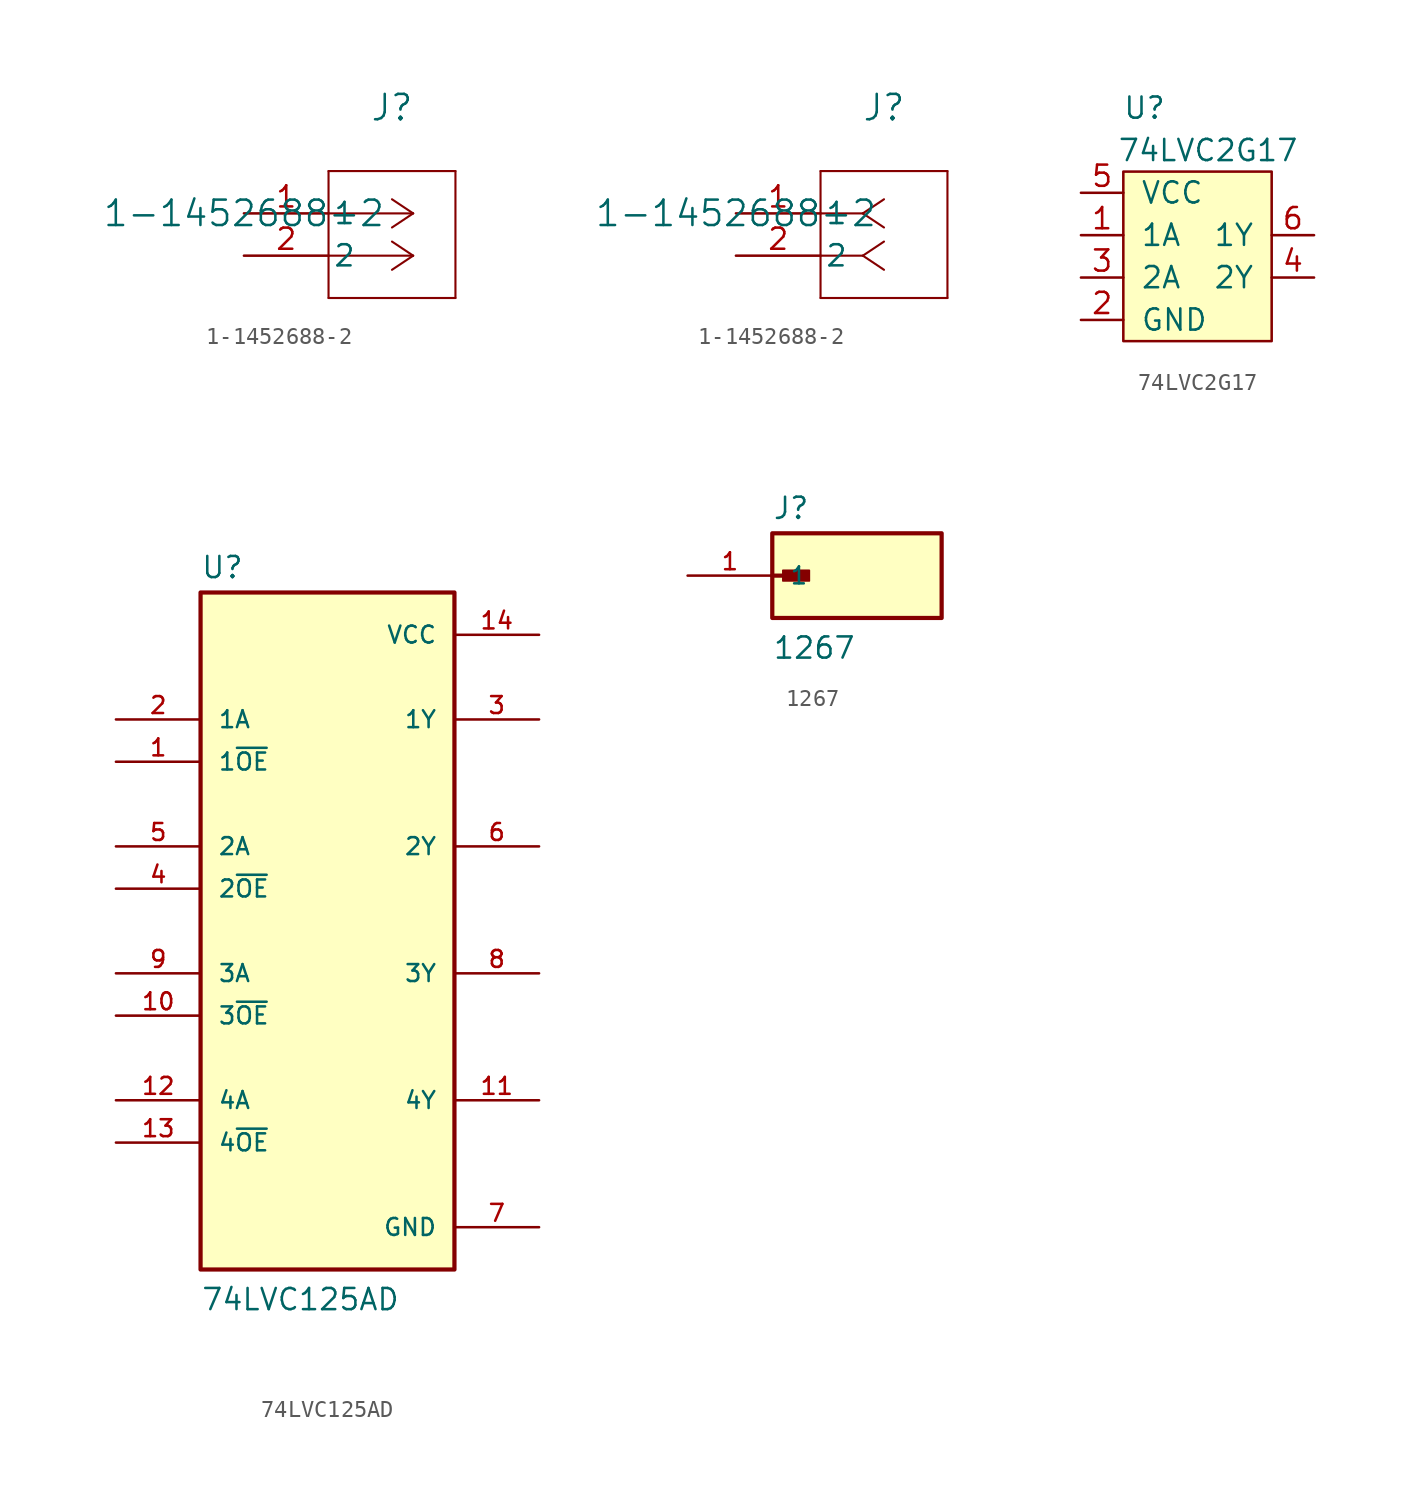
<source format=kicad_sym>
(kicad_symbol_lib
  (version 20231120)
  (generator "kicad_symbol_editor")
  (generator_version "8.0")
  (symbol "1-1452688-2"
    (pin_names
      (offset 0.254))
    (property "Reference" "J"
      (at 8.89 6.35 0)
      (effects (font (size 1.524 1.524))))
    (property "Value" "1-1452688-2"
      (at 0 0 0)
      (effects (font (size 1.524 1.524))))
    (property "ki_locked" ""
      (at 0 0 0)
      (effects (font (size 1.27 1.27))))
    (symbol "1-1452688-2_1_1"
      (polyline (pts (xy 5.08 -5.08) (xy 12.7 -5.08)) (stroke (width 0.127) (type default)) (fill (type none)))
      (polyline (pts (xy 5.08 2.54) (xy 5.08 -5.08)) (stroke (width 0.127) (type default)) (fill (type none)))
      (polyline (pts (xy 10.16 -2.54) (xy 5.08 -2.54)) (stroke (width 0.127) (type default)) (fill (type none)))
      (polyline (pts (xy 10.16 -2.54) (xy 8.89 -3.387)) (stroke (width 0.127) (type default)) (fill (type none)))
      (polyline (pts (xy 10.16 -2.54) (xy 8.89 -1.693)) (stroke (width 0.127) (type default)) (fill (type none)))
      (polyline (pts (xy 10.16 0) (xy 5.08 0)) (stroke (width 0.127) (type default)) (fill (type none)))
      (polyline (pts (xy 10.16 0) (xy 8.89 -0.847)) (stroke (width 0.127) (type default)) (fill (type none)))
      (polyline (pts (xy 10.16 0) (xy 8.89 0.847)) (stroke (width 0.127) (type default)) (fill (type none)))
      (polyline (pts (xy 12.7 -5.08) (xy 12.7 2.54)) (stroke (width 0.127) (type default)) (fill (type none)))
      (polyline (pts (xy 12.7 2.54) (xy 5.08 2.54)) (stroke (width 0.127) (type default)) (fill (type none)))
      (pin unspecified line (at 0 0 0) (length 5.08) (name "1" (effects (font (size 1.27 1.27)))) (number "1" (effects (font (size 1.27 1.27)))))
      (pin unspecified line (at 0 -2.54 0) (length 5.08) (name "2" (effects (font (size 1.27 1.27)))) (number "2" (effects (font (size 1.27 1.27))))))
    (symbol "1-1452688-2_1_2"
      (polyline (pts (xy 5.08 -5.08) (xy 12.7 -5.08)) (stroke (width 0.127) (type default)) (fill (type none)))
      (polyline (pts (xy 5.08 2.54) (xy 5.08 -5.08)) (stroke (width 0.127) (type default)) (fill (type none)))
      (polyline (pts (xy 7.62 -2.54) (xy 5.08 -2.54)) (stroke (width 0.127) (type default)) (fill (type none)))
      (polyline (pts (xy 7.62 -2.54) (xy 8.89 -3.387)) (stroke (width 0.127) (type default)) (fill (type none)))
      (polyline (pts (xy 7.62 -2.54) (xy 8.89 -1.693)) (stroke (width 0.127) (type default)) (fill (type none)))
      (polyline (pts (xy 7.62 0) (xy 5.08 0)) (stroke (width 0.127) (type default)) (fill (type none)))
      (polyline (pts (xy 7.62 0) (xy 8.89 -0.847)) (stroke (width 0.127) (type default)) (fill (type none)))
      (polyline (pts (xy 7.62 0) (xy 8.89 0.847)) (stroke (width 0.127) (type default)) (fill (type none)))
      (polyline (pts (xy 12.7 -5.08) (xy 12.7 2.54)) (stroke (width 0.127) (type default)) (fill (type none)))
      (polyline (pts (xy 12.7 2.54) (xy 5.08 2.54)) (stroke (width 0.127) (type default)) (fill (type none)))
      (pin unspecified line (at 0 0 0) (length 5.08) (name "1" (effects (font (size 1.27 1.27)))) (number "1" (effects (font (size 1.27 1.27)))))
      (pin unspecified line (at 0 -2.54 0) (length 5.08) (name "2" (effects (font (size 1.27 1.27)))) (number "2" (effects (font (size 1.27 1.27)))))))
  (symbol "74LVC2G17"
    (pin_names
      (offset 1.016))
    (property "Reference" "U"
      (at -2.54 8.89 0)
      (effects (font (size 1.27 1.27))))
    (property "Value" "74LVC2G17"
      (at 1.27 6.35 0)
      (effects (font (size 1.27 1.27))))
    (symbol "74LVC2G17_0_1"
      (rectangle (start -3.81 5.08) (end 5.08 -5.08) (stroke (width 0) (type default)) (fill (type background))))
    (symbol "74LVC2G17_1_1"
      (pin input line (at -6.35 1.27 0) (length 2.54) (name "1A" (effects (font (size 1.27 1.27)))) (number "1" (effects (font (size 1.27 1.27)))))
      (pin power_in line (at -6.35 -3.81 0) (length 2.54) (name "GND" (effects (font (size 1.27 1.27)))) (number "2" (effects (font (size 1.27 1.27)))))
      (pin input line (at -6.35 -1.27 0) (length 2.54) (name "2A" (effects (font (size 1.27 1.27)))) (number "3" (effects (font (size 1.27 1.27)))))
      (pin output line (at 7.62 -1.27 180) (length 2.54) (name "2Y" (effects (font (size 1.27 1.27)))) (number "4" (effects (font (size 1.27 1.27)))))
      (pin power_in line (at -6.35 3.81 0) (length 2.54) (name "VCC" (effects (font (size 1.27 1.27)))) (number "5" (effects (font (size 1.27 1.27)))))
      (pin output line (at 7.62 1.27 180) (length 2.54) (name "1Y" (effects (font (size 1.27 1.27)))) (number "6" (effects (font (size 1.27 1.27)))))))
  (symbol "74LVC125AD"
    (pin_names
      (offset 1.016))
    (property "Reference" "U"
      (at -7.62 21.082 0)
      (effects (font (size 1.27 1.27)) (justify left bottom)))
    (property "Value" "74LVC125AD"
      (at -7.62 -22.86 0)
      (effects (font (size 1.27 1.27)) (justify left bottom)))
    (symbol "74LVC125AD_0_0"
      (rectangle (start -7.62 -20.32) (end 7.62 20.32) (stroke (width 0.254) (type default)) (fill (type background)))
      (pin input line (at -12.7 10.16 0) (length 5.08) (name "1~{OE}" (effects (font (size 1.016 1.016)))) (number "1" (effects (font (size 1.016 1.016)))))
      (pin input line (at -12.7 -5.08 0) (length 5.08) (name "3~{OE}" (effects (font (size 1.016 1.016)))) (number "10" (effects (font (size 1.016 1.016)))))
      (pin output line (at 12.7 -10.16 180) (length 5.08) (name "4Y" (effects (font (size 1.016 1.016)))) (number "11" (effects (font (size 1.016 1.016)))))
      (pin input line (at -12.7 -10.16 0) (length 5.08) (name "4A" (effects (font (size 1.016 1.016)))) (number "12" (effects (font (size 1.016 1.016)))))
      (pin input line (at -12.7 -12.7 0) (length 5.08) (name "4~{OE}" (effects (font (size 1.016 1.016)))) (number "13" (effects (font (size 1.016 1.016)))))
      (pin power_in line (at 12.7 17.78 180) (length 5.08) (name "VCC" (effects (font (size 1.016 1.016)))) (number "14" (effects (font (size 1.016 1.016)))))
      (pin input line (at -12.7 12.7 0) (length 5.08) (name "1A" (effects (font (size 1.016 1.016)))) (number "2" (effects (font (size 1.016 1.016)))))
      (pin output line (at 12.7 12.7 180) (length 5.08) (name "1Y" (effects (font (size 1.016 1.016)))) (number "3" (effects (font (size 1.016 1.016)))))
      (pin input line (at -12.7 2.54 0) (length 5.08) (name "2~{OE}" (effects (font (size 1.016 1.016)))) (number "4" (effects (font (size 1.016 1.016)))))
      (pin input line (at -12.7 5.08 0) (length 5.08) (name "2A" (effects (font (size 1.016 1.016)))) (number "5" (effects (font (size 1.016 1.016)))))
      (pin output line (at 12.7 5.08 180) (length 5.08) (name "2Y" (effects (font (size 1.016 1.016)))) (number "6" (effects (font (size 1.016 1.016)))))
      (pin power_in line (at 12.7 -17.78 180) (length 5.08) (name "GND" (effects (font (size 1.016 1.016)))) (number "7" (effects (font (size 1.016 1.016)))))
      (pin output line (at 12.7 -2.54 180) (length 5.08) (name "3Y" (effects (font (size 1.016 1.016)))) (number "8" (effects (font (size 1.016 1.016)))))
      (pin input line (at -12.7 -2.54 0) (length 5.08) (name "3A" (effects (font (size 1.016 1.016)))) (number "9" (effects (font (size 1.016 1.016)))))))
  (symbol "1267"
    (pin_names
      (offset 1.016))
    (property "Reference" "J"
      (at -5.08 3.302 0)
      (effects (font (size 1.27 1.27)) (justify left bottom)))
    (property "Value" "1267"
      (at -5.08 -5.08 0)
      (effects (font (size 1.27 1.27)) (justify left bottom)))
    (symbol "1267_0_0"
      (rectangle (start -5.08 -2.54) (end 5.08 2.54) (stroke (width 0.254) (type default)) (fill (type background)))
      (rectangle (start -4.445 -0.318) (end -2.857 0.318) (stroke (width 0.1) (type default)) (fill (type outline)))
      (polyline (pts (xy -5.08 0) (xy -3.175 0)) (stroke (width 0.254) (type default)) (fill (type none)))
      (pin passive line (at -10.16 0 0) (length 5.08) (name "1" (effects (font (size 1.016 1.016)))) (number "1" (effects (font (size 1.016 1.016))))))))
</source>
